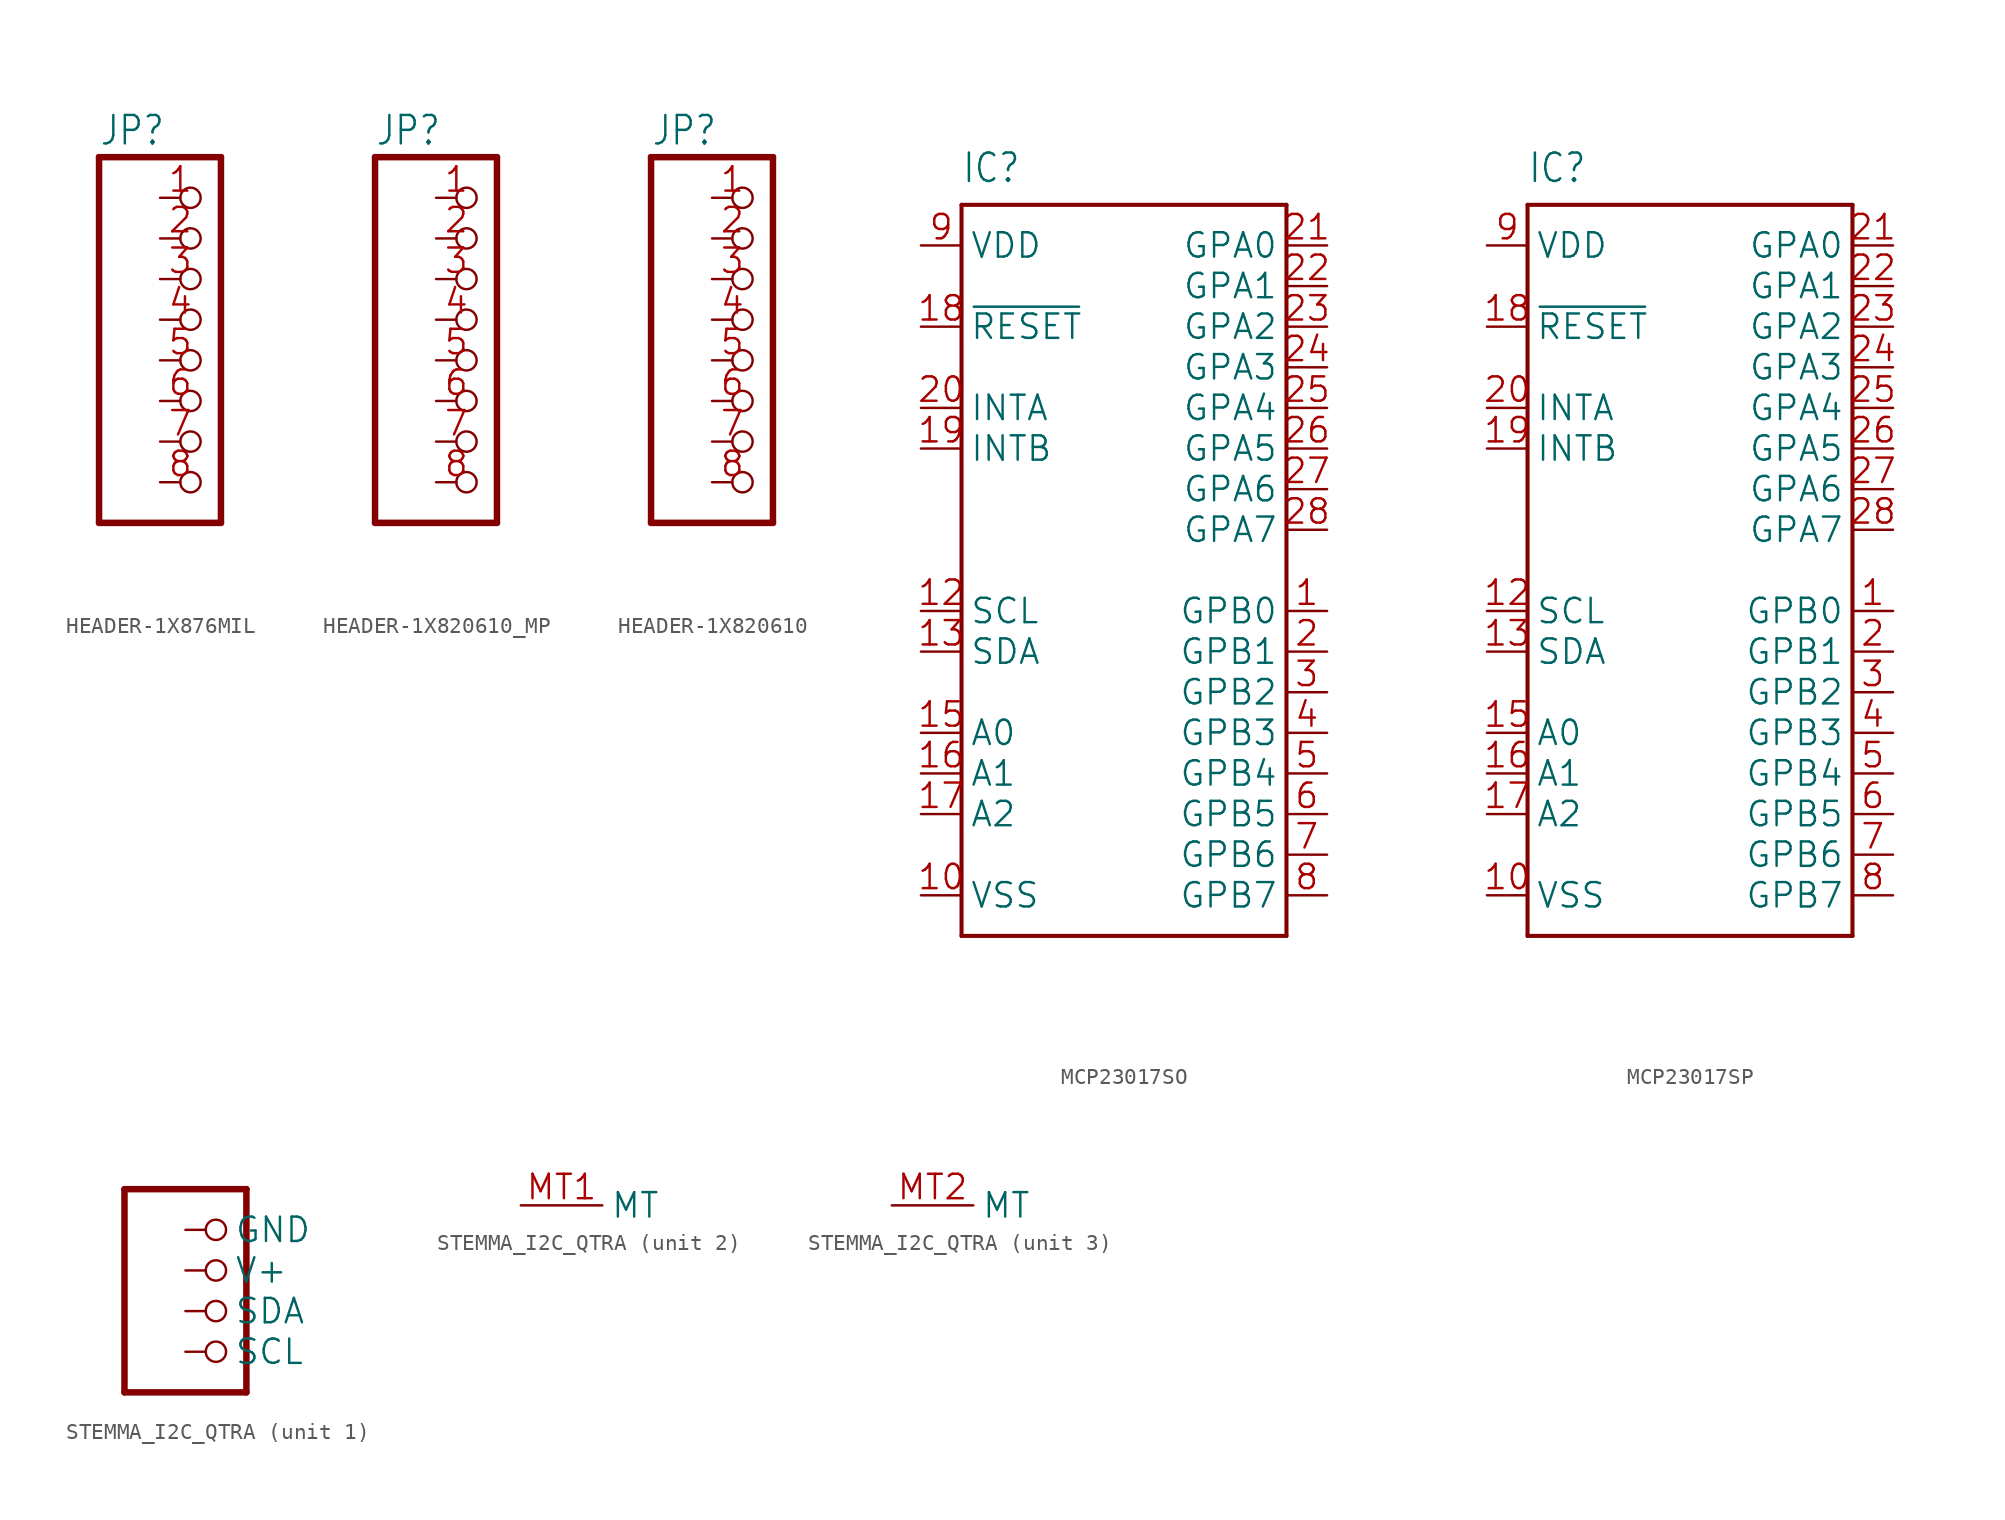
<source format=kicad_sym>
(kicad_symbol_lib
  (version 20241209)
  (generator "kicad_symbol_editor")
  (generator_version "9.0")
  (symbol "HEADER-1X876MIL"
    (property "Reference" "JP"
      (at -6.35 13.335 0)
      (effects (font (size 1.778 1.511)) (justify left bottom)))
    (property "Value" ""
      (at -6.35 -12.7 0)
      (effects (font (size 1.778 1.511)) (justify left bottom)))
    (property "ki_locked" ""
      (at 0 0 0)
      (effects (font (size 1.27 1.27))))
    (symbol "HEADER-1X876MIL_1_0"
      (polyline (pts (xy -6.35 12.7) (xy -6.35 -10.16)) (stroke (width 0.406) (type solid)) (fill (type none)))
      (polyline (pts (xy -6.35 -10.16) (xy 1.27 -10.16)) (stroke (width 0.406) (type solid)) (fill (type none)))
      (polyline (pts (xy 1.27 12.7) (xy -6.35 12.7)) (stroke (width 0.406) (type solid)) (fill (type none)))
      (polyline (pts (xy 1.27 -10.16) (xy 1.27 12.7)) (stroke (width 0.406) (type solid)) (fill (type none)))
      (pin passive inverted (at -2.54 10.16 0) (length 2.54) (name "1" (effects (font (size 0 0)))) (number "1" (effects (font (size 1.524 1.524)))))
      (pin passive inverted (at -2.54 7.62 0) (length 2.54) (name "2" (effects (font (size 0 0)))) (number "2" (effects (font (size 1.524 1.524)))))
      (pin passive inverted (at -2.54 5.08 0) (length 2.54) (name "3" (effects (font (size 0 0)))) (number "3" (effects (font (size 1.524 1.524)))))
      (pin passive inverted (at -2.54 2.54 0) (length 2.54) (name "4" (effects (font (size 0 0)))) (number "4" (effects (font (size 1.524 1.524)))))
      (pin passive inverted (at -2.54 0 0) (length 2.54) (name "5" (effects (font (size 0 0)))) (number "5" (effects (font (size 1.524 1.524)))))
      (pin passive inverted (at -2.54 -2.54 0) (length 2.54) (name "6" (effects (font (size 0 0)))) (number "6" (effects (font (size 1.524 1.524)))))
      (pin passive inverted (at -2.54 -5.08 0) (length 2.54) (name "7" (effects (font (size 0 0)))) (number "7" (effects (font (size 1.524 1.524)))))
      (pin passive inverted (at -2.54 -7.62 0) (length 2.54) (name "8" (effects (font (size 0 0)))) (number "8" (effects (font (size 1.524 1.524)))))))
  (symbol "HEADER-1X820610_MP"
    (property "Reference" "JP"
      (at -6.35 13.335 0)
      (effects (font (size 1.778 1.511)) (justify left bottom)))
    (property "Value" ""
      (at -6.35 -12.7 0)
      (effects (font (size 1.778 1.511)) (justify left bottom)))
    (property "ki_locked" ""
      (at 0 0 0)
      (effects (font (size 1.27 1.27))))
    (symbol "HEADER-1X820610_MP_1_0"
      (polyline (pts (xy -6.35 12.7) (xy -6.35 -10.16)) (stroke (width 0.406) (type solid)) (fill (type none)))
      (polyline (pts (xy -6.35 -10.16) (xy 1.27 -10.16)) (stroke (width 0.406) (type solid)) (fill (type none)))
      (polyline (pts (xy 1.27 12.7) (xy -6.35 12.7)) (stroke (width 0.406) (type solid)) (fill (type none)))
      (polyline (pts (xy 1.27 -10.16) (xy 1.27 12.7)) (stroke (width 0.406) (type solid)) (fill (type none)))
      (pin passive inverted (at -2.54 10.16 0) (length 2.54) (name "1" (effects (font (size 0 0)))) (number "1" (effects (font (size 1.524 1.524)))))
      (pin passive inverted (at -2.54 7.62 0) (length 2.54) (name "2" (effects (font (size 0 0)))) (number "2" (effects (font (size 1.524 1.524)))))
      (pin passive inverted (at -2.54 5.08 0) (length 2.54) (name "3" (effects (font (size 0 0)))) (number "3" (effects (font (size 1.524 1.524)))))
      (pin passive inverted (at -2.54 2.54 0) (length 2.54) (name "4" (effects (font (size 0 0)))) (number "4" (effects (font (size 1.524 1.524)))))
      (pin passive inverted (at -2.54 0 0) (length 2.54) (name "5" (effects (font (size 0 0)))) (number "5" (effects (font (size 1.524 1.524)))))
      (pin passive inverted (at -2.54 -2.54 0) (length 2.54) (name "6" (effects (font (size 0 0)))) (number "6" (effects (font (size 1.524 1.524)))))
      (pin passive inverted (at -2.54 -5.08 0) (length 2.54) (name "7" (effects (font (size 0 0)))) (number "7" (effects (font (size 1.524 1.524)))))
      (pin passive inverted (at -2.54 -7.62 0) (length 2.54) (name "8" (effects (font (size 0 0)))) (number "8" (effects (font (size 1.524 1.524)))))))
  (symbol "HEADER-1X820610"
    (property "Reference" "JP"
      (at -6.35 13.335 0)
      (effects (font (size 1.778 1.511)) (justify left bottom)))
    (property "Value" ""
      (at -6.35 -12.7 0)
      (effects (font (size 1.778 1.511)) (justify left bottom)))
    (property "ki_locked" ""
      (at 0 0 0)
      (effects (font (size 1.27 1.27))))
    (symbol "HEADER-1X820610_1_0"
      (polyline (pts (xy -6.35 12.7) (xy -6.35 -10.16)) (stroke (width 0.406) (type solid)) (fill (type none)))
      (polyline (pts (xy -6.35 -10.16) (xy 1.27 -10.16)) (stroke (width 0.406) (type solid)) (fill (type none)))
      (polyline (pts (xy 1.27 12.7) (xy -6.35 12.7)) (stroke (width 0.406) (type solid)) (fill (type none)))
      (polyline (pts (xy 1.27 -10.16) (xy 1.27 12.7)) (stroke (width 0.406) (type solid)) (fill (type none)))
      (pin passive inverted (at -2.54 10.16 0) (length 2.54) (name "1" (effects (font (size 0 0)))) (number "1" (effects (font (size 1.524 1.524)))))
      (pin passive inverted (at -2.54 7.62 0) (length 2.54) (name "2" (effects (font (size 0 0)))) (number "2" (effects (font (size 1.524 1.524)))))
      (pin passive inverted (at -2.54 5.08 0) (length 2.54) (name "3" (effects (font (size 0 0)))) (number "3" (effects (font (size 1.524 1.524)))))
      (pin passive inverted (at -2.54 2.54 0) (length 2.54) (name "4" (effects (font (size 0 0)))) (number "4" (effects (font (size 1.524 1.524)))))
      (pin passive inverted (at -2.54 0 0) (length 2.54) (name "5" (effects (font (size 0 0)))) (number "5" (effects (font (size 1.524 1.524)))))
      (pin passive inverted (at -2.54 -2.54 0) (length 2.54) (name "6" (effects (font (size 0 0)))) (number "6" (effects (font (size 1.524 1.524)))))
      (pin passive inverted (at -2.54 -5.08 0) (length 2.54) (name "7" (effects (font (size 0 0)))) (number "7" (effects (font (size 1.524 1.524)))))
      (pin passive inverted (at -2.54 -7.62 0) (length 2.54) (name "8" (effects (font (size 0 0)))) (number "8" (effects (font (size 1.524 1.524)))))))
  (symbol "MCP23017SO"
    (property "Reference" "IC"
      (at -10.16 24.13 0)
      (effects (font (size 1.778 1.511)) (justify left bottom)))
    (property "Value" ""
      (at -10.16 -25.4 0)
      (effects (font (size 1.778 1.511)) (justify left bottom)))
    (property "ki_locked" ""
      (at 0 0 0)
      (effects (font (size 1.27 1.27))))
    (symbol "MCP23017SO_1_0"
      (polyline (pts (xy -10.16 22.86) (xy 10.16 22.86)) (stroke (width 0.254) (type solid)) (fill (type none)))
      (polyline (pts (xy -10.16 -22.86) (xy -10.16 22.86)) (stroke (width 0.254) (type solid)) (fill (type none)))
      (polyline (pts (xy 10.16 22.86) (xy 10.16 -22.86)) (stroke (width 0.254) (type solid)) (fill (type none)))
      (polyline (pts (xy 10.16 -22.86) (xy -10.16 -22.86)) (stroke (width 0.254) (type solid)) (fill (type none)))
      (pin power_in line (at -12.7 20.32 0) (length 2.54) (name "VDD" (effects (font (size 1.524 1.524)))) (number "9" (effects (font (size 1.524 1.524)))))
      (pin input line (at -12.7 15.24 0) (length 2.54) (name "~{RESET}" (effects (font (size 1.524 1.524)))) (number "18" (effects (font (size 1.524 1.524)))))
      (pin output line (at -12.7 10.16 0) (length 2.54) (name "INTA" (effects (font (size 1.524 1.524)))) (number "20" (effects (font (size 1.524 1.524)))))
      (pin output line (at -12.7 7.62 0) (length 2.54) (name "INTB" (effects (font (size 1.524 1.524)))) (number "19" (effects (font (size 1.524 1.524)))))
      (pin input line (at -12.7 -2.54 0) (length 2.54) (name "SCL" (effects (font (size 1.524 1.524)))) (number "12" (effects (font (size 1.524 1.524)))))
      (pin bidirectional line (at -12.7 -5.08 0) (length 2.54) (name "SDA" (effects (font (size 1.524 1.524)))) (number "13" (effects (font (size 1.524 1.524)))))
      (pin input line (at -12.7 -10.16 0) (length 2.54) (name "A0" (effects (font (size 1.524 1.524)))) (number "15" (effects (font (size 1.524 1.524)))))
      (pin input line (at -12.7 -12.7 0) (length 2.54) (name "A1" (effects (font (size 1.524 1.524)))) (number "16" (effects (font (size 1.524 1.524)))))
      (pin input line (at -12.7 -15.24 0) (length 2.54) (name "A2" (effects (font (size 1.524 1.524)))) (number "17" (effects (font (size 1.524 1.524)))))
      (pin power_in line (at -12.7 -20.32 0) (length 2.54) (name "VSS" (effects (font (size 1.524 1.524)))) (number "10" (effects (font (size 1.524 1.524)))))
      (pin bidirectional line (at 12.7 20.32 180) (length 2.54) (name "GPA0" (effects (font (size 1.524 1.524)))) (number "21" (effects (font (size 1.524 1.524)))))
      (pin bidirectional line (at 12.7 17.78 180) (length 2.54) (name "GPA1" (effects (font (size 1.524 1.524)))) (number "22" (effects (font (size 1.524 1.524)))))
      (pin bidirectional line (at 12.7 15.24 180) (length 2.54) (name "GPA2" (effects (font (size 1.524 1.524)))) (number "23" (effects (font (size 1.524 1.524)))))
      (pin bidirectional line (at 12.7 12.7 180) (length 2.54) (name "GPA3" (effects (font (size 1.524 1.524)))) (number "24" (effects (font (size 1.524 1.524)))))
      (pin bidirectional line (at 12.7 10.16 180) (length 2.54) (name "GPA4" (effects (font (size 1.524 1.524)))) (number "25" (effects (font (size 1.524 1.524)))))
      (pin bidirectional line (at 12.7 7.62 180) (length 2.54) (name "GPA5" (effects (font (size 1.524 1.524)))) (number "26" (effects (font (size 1.524 1.524)))))
      (pin bidirectional line (at 12.7 5.08 180) (length 2.54) (name "GPA6" (effects (font (size 1.524 1.524)))) (number "27" (effects (font (size 1.524 1.524)))))
      (pin bidirectional line (at 12.7 2.54 180) (length 2.54) (name "GPA7" (effects (font (size 1.524 1.524)))) (number "28" (effects (font (size 1.524 1.524)))))
      (pin bidirectional line (at 12.7 -2.54 180) (length 2.54) (name "GPB0" (effects (font (size 1.524 1.524)))) (number "1" (effects (font (size 1.524 1.524)))))
      (pin bidirectional line (at 12.7 -5.08 180) (length 2.54) (name "GPB1" (effects (font (size 1.524 1.524)))) (number "2" (effects (font (size 1.524 1.524)))))
      (pin bidirectional line (at 12.7 -7.62 180) (length 2.54) (name "GPB2" (effects (font (size 1.524 1.524)))) (number "3" (effects (font (size 1.524 1.524)))))
      (pin bidirectional line (at 12.7 -10.16 180) (length 2.54) (name "GPB3" (effects (font (size 1.524 1.524)))) (number "4" (effects (font (size 1.524 1.524)))))
      (pin bidirectional line (at 12.7 -12.7 180) (length 2.54) (name "GPB4" (effects (font (size 1.524 1.524)))) (number "5" (effects (font (size 1.524 1.524)))))
      (pin bidirectional line (at 12.7 -15.24 180) (length 2.54) (name "GPB5" (effects (font (size 1.524 1.524)))) (number "6" (effects (font (size 1.524 1.524)))))
      (pin bidirectional line (at 12.7 -17.78 180) (length 2.54) (name "GPB6" (effects (font (size 1.524 1.524)))) (number "7" (effects (font (size 1.524 1.524)))))
      (pin bidirectional line (at 12.7 -20.32 180) (length 2.54) (name "GPB7" (effects (font (size 1.524 1.524)))) (number "8" (effects (font (size 1.524 1.524)))))))
  (symbol "MCP23017SP"
    (property "Reference" "IC"
      (at -10.16 24.13 0)
      (effects (font (size 1.778 1.511)) (justify left bottom)))
    (property "Value" ""
      (at -10.16 -25.4 0)
      (effects (font (size 1.778 1.511)) (justify left bottom)))
    (property "ki_locked" ""
      (at 0 0 0)
      (effects (font (size 1.27 1.27))))
    (symbol "MCP23017SP_1_0"
      (polyline (pts (xy -10.16 22.86) (xy 10.16 22.86)) (stroke (width 0.254) (type solid)) (fill (type none)))
      (polyline (pts (xy -10.16 -22.86) (xy -10.16 22.86)) (stroke (width 0.254) (type solid)) (fill (type none)))
      (polyline (pts (xy 10.16 22.86) (xy 10.16 -22.86)) (stroke (width 0.254) (type solid)) (fill (type none)))
      (polyline (pts (xy 10.16 -22.86) (xy -10.16 -22.86)) (stroke (width 0.254) (type solid)) (fill (type none)))
      (pin power_in line (at -12.7 20.32 0) (length 2.54) (name "VDD" (effects (font (size 1.524 1.524)))) (number "9" (effects (font (size 1.524 1.524)))))
      (pin input line (at -12.7 15.24 0) (length 2.54) (name "~{RESET}" (effects (font (size 1.524 1.524)))) (number "18" (effects (font (size 1.524 1.524)))))
      (pin output line (at -12.7 10.16 0) (length 2.54) (name "INTA" (effects (font (size 1.524 1.524)))) (number "20" (effects (font (size 1.524 1.524)))))
      (pin output line (at -12.7 7.62 0) (length 2.54) (name "INTB" (effects (font (size 1.524 1.524)))) (number "19" (effects (font (size 1.524 1.524)))))
      (pin input line (at -12.7 -2.54 0) (length 2.54) (name "SCL" (effects (font (size 1.524 1.524)))) (number "12" (effects (font (size 1.524 1.524)))))
      (pin bidirectional line (at -12.7 -5.08 0) (length 2.54) (name "SDA" (effects (font (size 1.524 1.524)))) (number "13" (effects (font (size 1.524 1.524)))))
      (pin input line (at -12.7 -10.16 0) (length 2.54) (name "A0" (effects (font (size 1.524 1.524)))) (number "15" (effects (font (size 1.524 1.524)))))
      (pin input line (at -12.7 -12.7 0) (length 2.54) (name "A1" (effects (font (size 1.524 1.524)))) (number "16" (effects (font (size 1.524 1.524)))))
      (pin input line (at -12.7 -15.24 0) (length 2.54) (name "A2" (effects (font (size 1.524 1.524)))) (number "17" (effects (font (size 1.524 1.524)))))
      (pin power_in line (at -12.7 -20.32 0) (length 2.54) (name "VSS" (effects (font (size 1.524 1.524)))) (number "10" (effects (font (size 1.524 1.524)))))
      (pin bidirectional line (at 12.7 20.32 180) (length 2.54) (name "GPA0" (effects (font (size 1.524 1.524)))) (number "21" (effects (font (size 1.524 1.524)))))
      (pin bidirectional line (at 12.7 17.78 180) (length 2.54) (name "GPA1" (effects (font (size 1.524 1.524)))) (number "22" (effects (font (size 1.524 1.524)))))
      (pin bidirectional line (at 12.7 15.24 180) (length 2.54) (name "GPA2" (effects (font (size 1.524 1.524)))) (number "23" (effects (font (size 1.524 1.524)))))
      (pin bidirectional line (at 12.7 12.7 180) (length 2.54) (name "GPA3" (effects (font (size 1.524 1.524)))) (number "24" (effects (font (size 1.524 1.524)))))
      (pin bidirectional line (at 12.7 10.16 180) (length 2.54) (name "GPA4" (effects (font (size 1.524 1.524)))) (number "25" (effects (font (size 1.524 1.524)))))
      (pin bidirectional line (at 12.7 7.62 180) (length 2.54) (name "GPA5" (effects (font (size 1.524 1.524)))) (number "26" (effects (font (size 1.524 1.524)))))
      (pin bidirectional line (at 12.7 5.08 180) (length 2.54) (name "GPA6" (effects (font (size 1.524 1.524)))) (number "27" (effects (font (size 1.524 1.524)))))
      (pin bidirectional line (at 12.7 2.54 180) (length 2.54) (name "GPA7" (effects (font (size 1.524 1.524)))) (number "28" (effects (font (size 1.524 1.524)))))
      (pin bidirectional line (at 12.7 -2.54 180) (length 2.54) (name "GPB0" (effects (font (size 1.524 1.524)))) (number "1" (effects (font (size 1.524 1.524)))))
      (pin bidirectional line (at 12.7 -5.08 180) (length 2.54) (name "GPB1" (effects (font (size 1.524 1.524)))) (number "2" (effects (font (size 1.524 1.524)))))
      (pin bidirectional line (at 12.7 -7.62 180) (length 2.54) (name "GPB2" (effects (font (size 1.524 1.524)))) (number "3" (effects (font (size 1.524 1.524)))))
      (pin bidirectional line (at 12.7 -10.16 180) (length 2.54) (name "GPB3" (effects (font (size 1.524 1.524)))) (number "4" (effects (font (size 1.524 1.524)))))
      (pin bidirectional line (at 12.7 -12.7 180) (length 2.54) (name "GPB4" (effects (font (size 1.524 1.524)))) (number "5" (effects (font (size 1.524 1.524)))))
      (pin bidirectional line (at 12.7 -15.24 180) (length 2.54) (name "GPB5" (effects (font (size 1.524 1.524)))) (number "6" (effects (font (size 1.524 1.524)))))
      (pin bidirectional line (at 12.7 -17.78 180) (length 2.54) (name "GPB6" (effects (font (size 1.524 1.524)))) (number "7" (effects (font (size 1.524 1.524)))))
      (pin bidirectional line (at 12.7 -20.32 180) (length 2.54) (name "GPB7" (effects (font (size 1.524 1.524)))) (number "8" (effects (font (size 1.524 1.524)))))))
  (symbol "STEMMA_I2C_QTRA"
    (property "Reference" "CONN"
      (at -3.81 8.255 0)
      (effects (font (size 1.778 1.511)) (justify left bottom) (hide yes)))
    (property "ki_locked" ""
      (at 0 0 0)
      (effects (font (size 1.27 1.27))))
    (symbol "STEMMA_I2C_QTRA_1_0"
      (polyline (pts (xy -3.81 7.62) (xy -3.81 -5.08)) (stroke (width 0.406) (type solid)) (fill (type none)))
      (polyline (pts (xy -3.81 -5.08) (xy 3.81 -5.08)) (stroke (width 0.406) (type solid)) (fill (type none)))
      (polyline (pts (xy 3.81 7.62) (xy -3.81 7.62)) (stroke (width 0.406) (type solid)) (fill (type none)))
      (polyline (pts (xy 3.81 -5.08) (xy 3.81 7.62)) (stroke (width 0.406) (type solid)) (fill (type none)))
      (pin passive inverted (at 0 5.08 0) (length 2.54) (name "GND" (effects (font (size 1.524 1.524)))) (number "1" (effects (font (size 0 0)))))
      (pin passive inverted (at 0 2.54 0) (length 2.54) (name "V+" (effects (font (size 1.524 1.524)))) (number "2" (effects (font (size 0 0)))))
      (pin passive inverted (at 0 0 0) (length 2.54) (name "SDA" (effects (font (size 1.524 1.524)))) (number "3" (effects (font (size 0 0)))))
      (pin passive inverted (at 0 -2.54 0) (length 2.54) (name "SCL" (effects (font (size 1.524 1.524)))) (number "4" (effects (font (size 0 0))))))
    (symbol "STEMMA_I2C_QTRA_2_0"
      (pin bidirectional line (at 0 0 0) (length 5.08) (name "MT" (effects (font (size 1.524 1.524)))) (number "MT1" (effects (font (size 1.524 1.524))))))
    (symbol "STEMMA_I2C_QTRA_3_0"
      (pin bidirectional line (at 0 0 0) (length 5.08) (name "MT" (effects (font (size 1.524 1.524)))) (number "MT2" (effects (font (size 1.524 1.524))))))))
</source>
